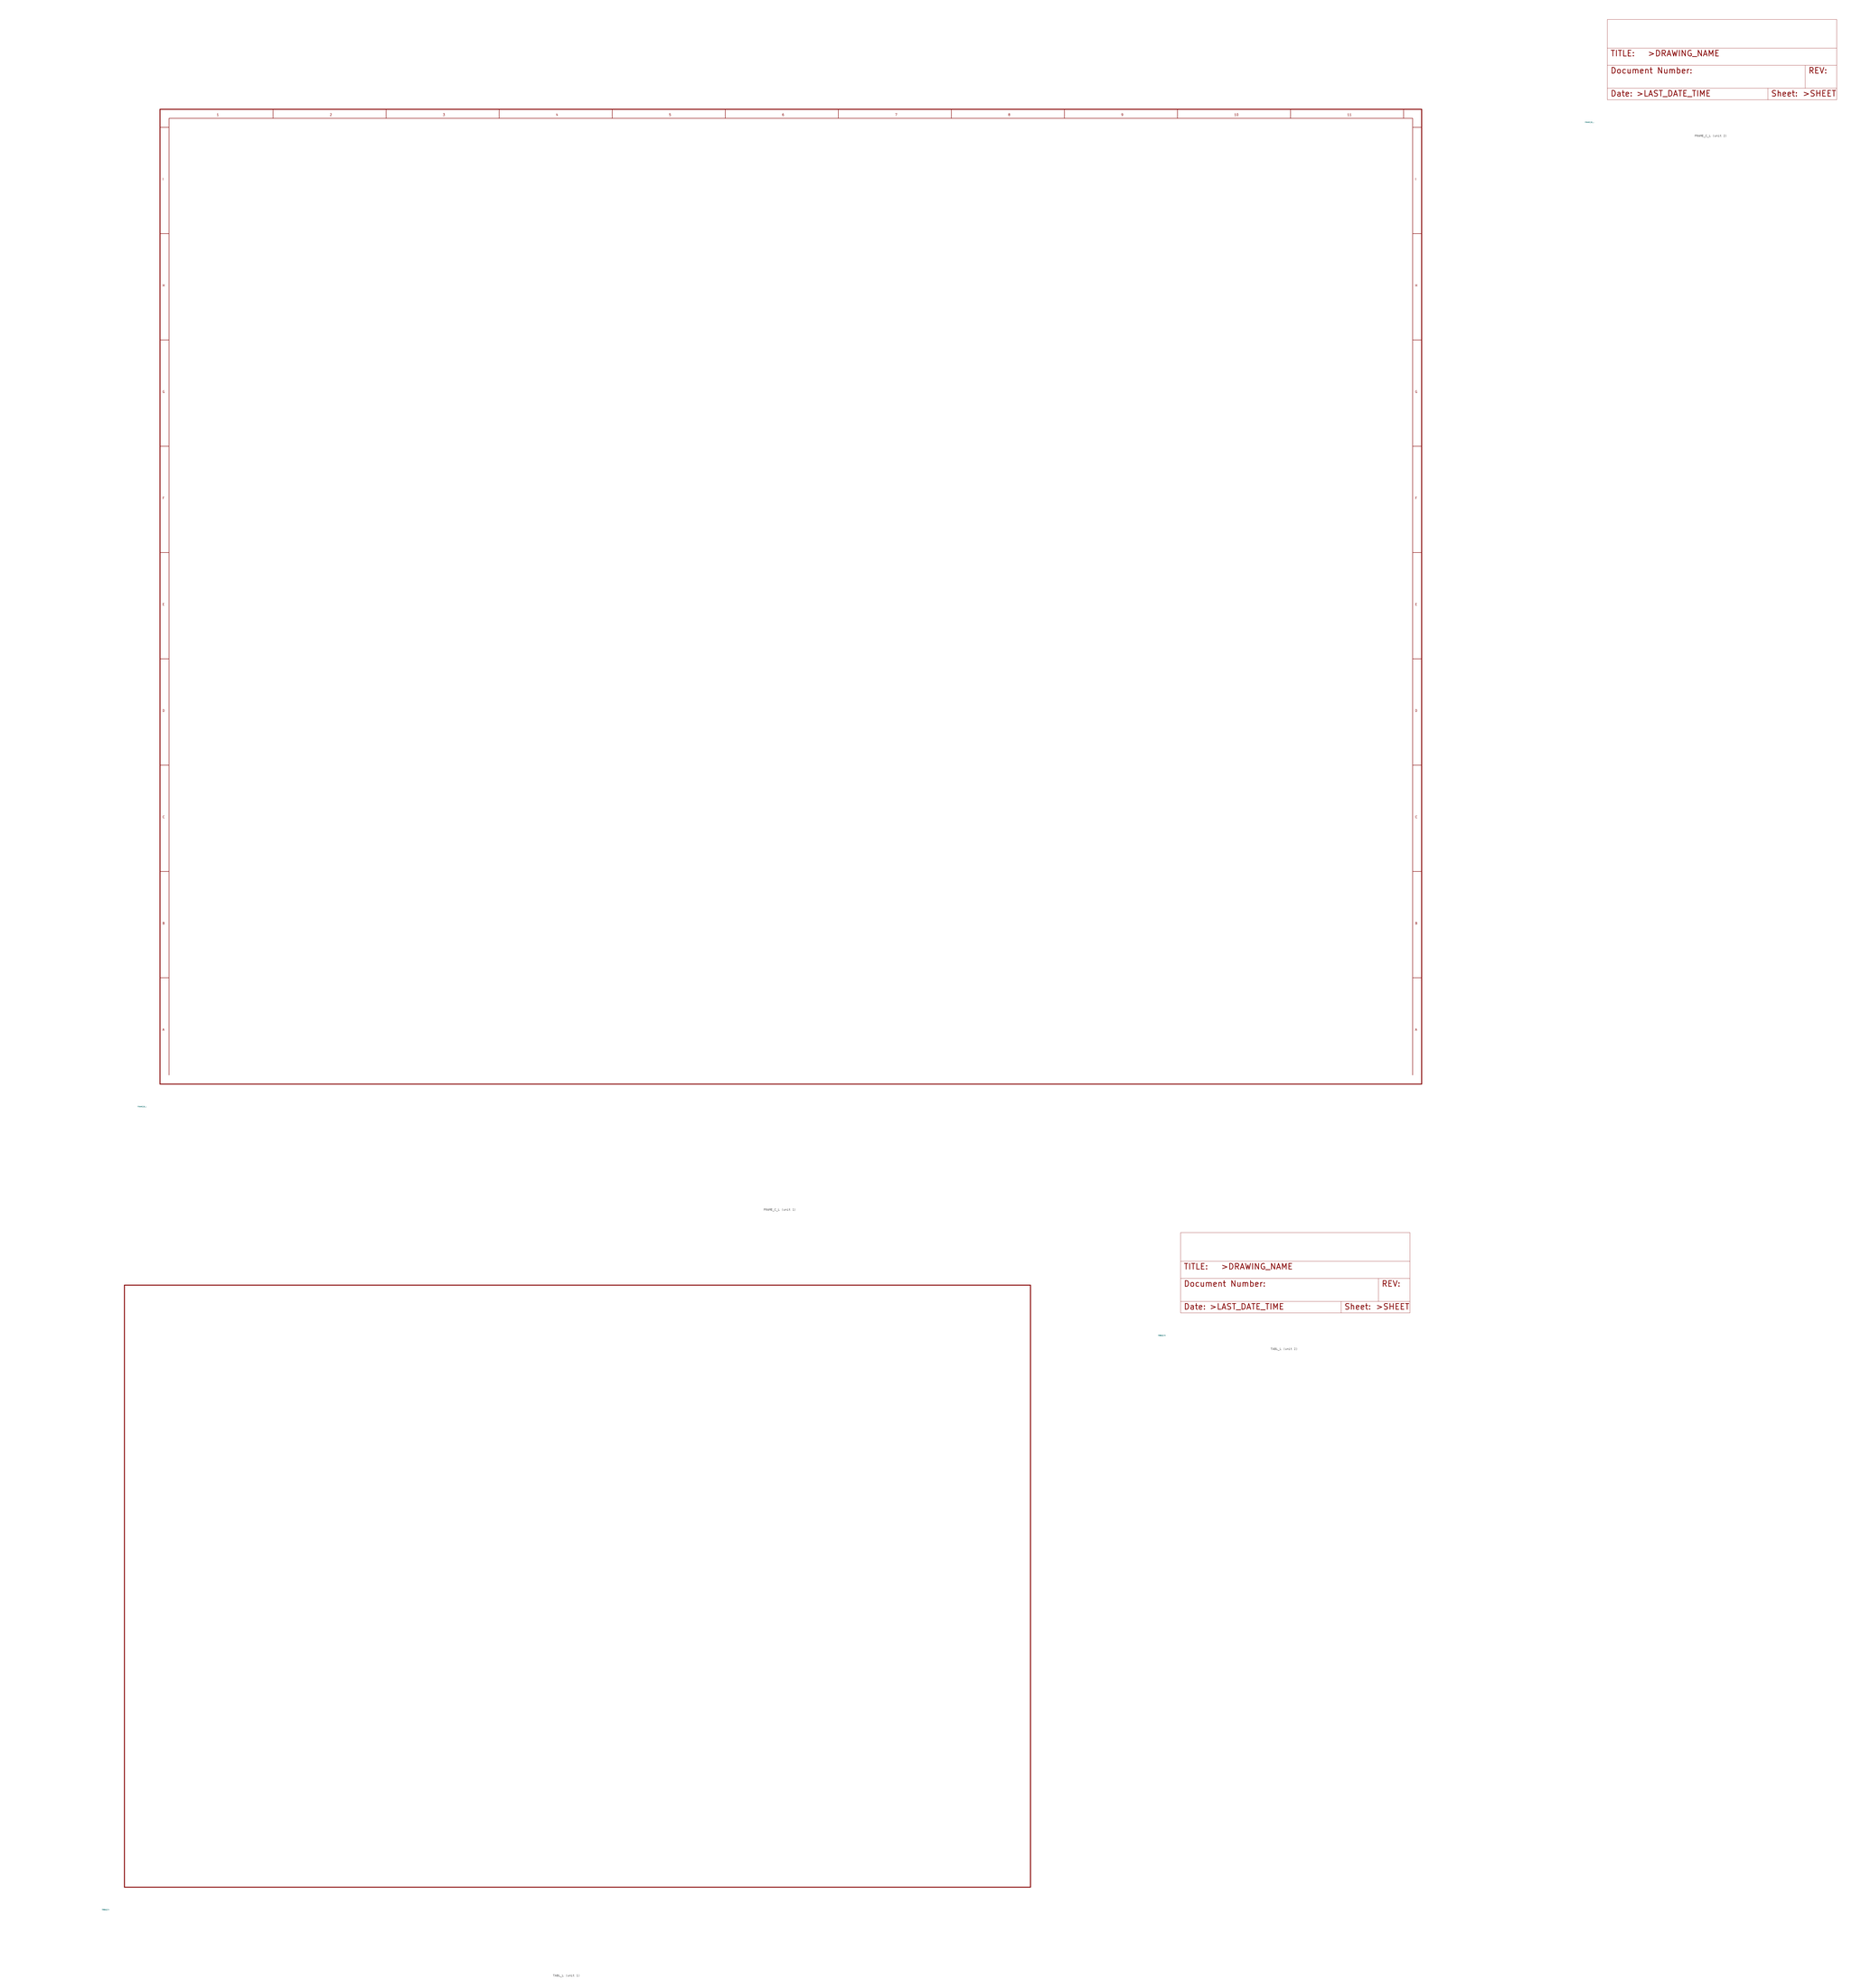
<source format=kicad_sym>
(kicad_symbol_lib
  (version 20220914)
  (generator Eagle2Kicad)
  (symbol "FRAME_C_L"
    (property "Reference" "FRAME"
      (at -10 -10 0)
      (effects (font (size 0.5 0.5) (thickness 0.06)) (justify left)))
    (property "Value" "FRAME_C_L"
      (at -10 -10 0)
      (effects (font (size 0.5 0.5) (thickness 0.06)) (justify left)))
    (symbol "FRAME_C_L_1_0"
      (polyline (pts (xy 0 0) (xy 558.8 0)) (stroke (width 0.4) (type default)) (fill (type none)))
      (polyline (pts (xy 0 431.8) (xy 558.8 431.8)) (stroke (width 0.4) (type default)) (fill (type none)))
      (polyline (pts (xy 0 0) (xy 0 431.8)) (stroke (width 0.4) (type default)) (fill (type none)))
      (polyline (pts (xy 558.8 0) (xy 558.8 431.8)) (stroke (width 0.4) (type default)) (fill (type none)))
      (polyline (pts (xy 4 427.8) (xy 554.8 427.8)) (stroke (width 0.2) (type default)) (fill (type none)))
      (polyline (pts (xy 50.073 427.8) (xy 50.073 431.8)) (stroke (width 0.2) (type default)) (fill (type none)))
      (text "1" (at 25.036 428.8 0) (effects (font (size 1 1) (thickness 0.13)) (justify left bottom)))
      (polyline (pts (xy 100.145 427.8) (xy 100.145 431.8)) (stroke (width 0.2) (type default)) (fill (type none)))
      (text "2" (at 75.109 428.8 0) (effects (font (size 1 1) (thickness 0.13)) (justify left bottom)))
      (polyline (pts (xy 150.218 427.8) (xy 150.218 431.8)) (stroke (width 0.2) (type default)) (fill (type none)))
      (text "3" (at 125.182 428.8 0) (effects (font (size 1 1) (thickness 0.13)) (justify left bottom)))
      (polyline (pts (xy 200.291 427.8) (xy 200.291 431.8)) (stroke (width 0.2) (type default)) (fill (type none)))
      (text "4" (at 175.255 428.8 0) (effects (font (size 1 1) (thickness 0.13)) (justify left bottom)))
      (polyline (pts (xy 250.364 427.8) (xy 250.364 431.8)) (stroke (width 0.2) (type default)) (fill (type none)))
      (text "5" (at 225.327 428.8 0) (effects (font (size 1 1) (thickness 0.13)) (justify left bottom)))
      (polyline (pts (xy 300.436 427.8) (xy 300.436 431.8)) (stroke (width 0.2) (type default)) (fill (type none)))
      (text "6" (at 275.4 428.8 0) (effects (font (size 1 1) (thickness 0.13)) (justify left bottom)))
      (polyline (pts (xy 350.509 427.8) (xy 350.509 431.8)) (stroke (width 0.2) (type default)) (fill (type none)))
      (text "7" (at 325.473 428.8 0) (effects (font (size 1 1) (thickness 0.13)) (justify left bottom)))
      (polyline (pts (xy 400.582 427.8) (xy 400.582 431.8)) (stroke (width 0.2) (type default)) (fill (type none)))
      (text "8" (at 375.545 428.8 0) (effects (font (size 1 1) (thickness 0.13)) (justify left bottom)))
      (polyline (pts (xy 450.655 427.8) (xy 450.655 431.8)) (stroke (width 0.2) (type default)) (fill (type none)))
      (text "9" (at 425.618 428.8 0) (effects (font (size 1 1) (thickness 0.13)) (justify left bottom)))
      (polyline (pts (xy 500.727 427.8) (xy 500.727 431.8)) (stroke (width 0.2) (type default)) (fill (type none)))
      (text "10" (at 475.691 428.8 0) (effects (font (size 1 1) (thickness 0.13)) (justify left bottom)))
      (polyline (pts (xy 550.8 427.8) (xy 550.8 431.8)) (stroke (width 0.2) (type default)) (fill (type none)))
      (text "11" (at 525.764 428.8 0) (effects (font (size 1 1) (thickness 0.13)) (justify left bottom)))
      (polyline (pts (xy 4 4) (xy 4 427.8)) (stroke (width 0.2) (type default)) (fill (type none)))
      (polyline (pts (xy 0 47.089) (xy 4 47.089)) (stroke (width 0.2) (type default)) (fill (type none)))
      (text "A" (at 1 23.544 0) (effects (font (size 1 1) (thickness 0.13)) (justify left bottom)))
      (polyline (pts (xy 0 94.178) (xy 4 94.178)) (stroke (width 0.2) (type default)) (fill (type none)))
      (text "B" (at 1 70.633 0) (effects (font (size 1 1) (thickness 0.13)) (justify left bottom)))
      (polyline (pts (xy 0 141.267) (xy 4 141.267)) (stroke (width 0.2) (type default)) (fill (type none)))
      (text "C" (at 1 117.722 0) (effects (font (size 1 1) (thickness 0.13)) (justify left bottom)))
      (polyline (pts (xy 0 188.356) (xy 4 188.356)) (stroke (width 0.2) (type default)) (fill (type none)))
      (text "D" (at 1 164.811 0) (effects (font (size 1 1) (thickness 0.13)) (justify left bottom)))
      (polyline (pts (xy 0 235.444) (xy 4 235.444)) (stroke (width 0.2) (type default)) (fill (type none)))
      (text "E" (at 1 211.9 0) (effects (font (size 1 1) (thickness 0.13)) (justify left bottom)))
      (polyline (pts (xy 0 282.533) (xy 4 282.533)) (stroke (width 0.2) (type default)) (fill (type none)))
      (text "F" (at 1 258.989 0) (effects (font (size 1 1) (thickness 0.13)) (justify left bottom)))
      (polyline (pts (xy 0 329.622) (xy 4 329.622)) (stroke (width 0.2) (type default)) (fill (type none)))
      (text "G" (at 1 306.078 0) (effects (font (size 1 1) (thickness 0.13)) (justify left bottom)))
      (polyline (pts (xy 0 376.711) (xy 4 376.711)) (stroke (width 0.2) (type default)) (fill (type none)))
      (text "H" (at 1 353.167 0) (effects (font (size 1 1) (thickness 0.13)) (justify left bottom)))
      (polyline (pts (xy 0 423.8) (xy 4 423.8)) (stroke (width 0.2) (type default)) (fill (type none)))
      (text "I" (at 1 400.256 0) (effects (font (size 1 1) (thickness 0.13)) (justify left bottom)))
      (polyline (pts (xy 554.8 4) (xy 554.8 427.8)) (stroke (width 0.2) (type default)) (fill (type none)))
      (polyline (pts (xy 554.8 47.089) (xy 558.8 47.089)) (stroke (width 0.2) (type default)) (fill (type none)))
      (text "A" (at 555.8 23.544 0) (effects (font (size 1 1) (thickness 0.13)) (justify left bottom)))
      (polyline (pts (xy 554.8 94.178) (xy 558.8 94.178)) (stroke (width 0.2) (type default)) (fill (type none)))
      (text "B" (at 555.8 70.633 0) (effects (font (size 1 1) (thickness 0.13)) (justify left bottom)))
      (polyline (pts (xy 554.8 141.267) (xy 558.8 141.267)) (stroke (width 0.2) (type default)) (fill (type none)))
      (text "C" (at 555.8 117.722 0) (effects (font (size 1 1) (thickness 0.13)) (justify left bottom)))
      (polyline (pts (xy 554.8 188.356) (xy 558.8 188.356)) (stroke (width 0.2) (type default)) (fill (type none)))
      (text "D" (at 555.8 164.811 0) (effects (font (size 1 1) (thickness 0.13)) (justify left bottom)))
      (polyline (pts (xy 554.8 235.444) (xy 558.8 235.444)) (stroke (width 0.2) (type default)) (fill (type none)))
      (text "E" (at 555.8 211.9 0) (effects (font (size 1 1) (thickness 0.13)) (justify left bottom)))
      (polyline (pts (xy 554.8 282.533) (xy 558.8 282.533)) (stroke (width 0.2) (type default)) (fill (type none)))
      (text "F" (at 555.8 258.989 0) (effects (font (size 1 1) (thickness 0.13)) (justify left bottom)))
      (polyline (pts (xy 554.8 329.622) (xy 558.8 329.622)) (stroke (width 0.2) (type default)) (fill (type none)))
      (text "G" (at 555.8 306.078 0) (effects (font (size 1 1) (thickness 0.13)) (justify left bottom)))
      (polyline (pts (xy 554.8 376.711) (xy 558.8 376.711)) (stroke (width 0.2) (type default)) (fill (type none)))
      (text "H" (at 555.8 353.167 0) (effects (font (size 1 1) (thickness 0.13)) (justify left bottom)))
      (polyline (pts (xy 554.8 423.8) (xy 558.8 423.8)) (stroke (width 0.2) (type default)) (fill (type none)))
      (text "I" (at 555.8 400.256 0) (effects (font (size 1 1) (thickness 0.13)) (justify left bottom))))
    (symbol "FRAME_C_L_2_0"
      (polyline (pts (xy 0 0) (xy 71.12 0)) (stroke (width 0.102) (type default)) (fill (type none)))
      (polyline (pts (xy 101.6 15.24) (xy 87.63 15.24)) (stroke (width 0.102) (type default)) (fill (type none)))
      (polyline (pts (xy 0 0) (xy 0 5.08)) (stroke (width 0.102) (type default)) (fill (type none)))
      (polyline (pts (xy 0 5.08) (xy 71.12 5.08)) (stroke (width 0.102) (type default)) (fill (type none)))
      (polyline (pts (xy 0 5.08) (xy 0 15.24)) (stroke (width 0.102) (type default)) (fill (type none)))
      (polyline (pts (xy 101.6 15.24) (xy 101.6 5.08)) (stroke (width 0.102) (type default)) (fill (type none)))
      (polyline (pts (xy 71.12 5.08) (xy 71.12 0)) (stroke (width 0.102) (type default)) (fill (type none)))
      (polyline (pts (xy 71.12 5.08) (xy 87.63 5.08)) (stroke (width 0.102) (type default)) (fill (type none)))
      (polyline (pts (xy 71.12 0) (xy 101.6 0)) (stroke (width 0.102) (type default)) (fill (type none)))
      (polyline (pts (xy 87.63 15.24) (xy 87.63 5.08)) (stroke (width 0.102) (type default)) (fill (type none)))
      (polyline (pts (xy 87.63 15.24) (xy 0 15.24)) (stroke (width 0.102) (type default)) (fill (type none)))
      (polyline (pts (xy 87.63 5.08) (xy 101.6 5.08)) (stroke (width 0.102) (type default)) (fill (type none)))
      (polyline (pts (xy 101.6 5.08) (xy 101.6 0)) (stroke (width 0.102) (type default)) (fill (type none)))
      (polyline (pts (xy 0 15.24) (xy 0 22.86)) (stroke (width 0.102) (type default)) (fill (type none)))
      (polyline (pts (xy 101.6 35.56) (xy 0 35.56)) (stroke (width 0.102) (type default)) (fill (type none)))
      (polyline (pts (xy 101.6 35.56) (xy 101.6 22.86)) (stroke (width 0.102) (type default)) (fill (type none)))
      (polyline (pts (xy 0 22.86) (xy 101.6 22.86)) (stroke (width 0.102) (type default)) (fill (type none)))
      (polyline (pts (xy 0 22.86) (xy 0 35.56)) (stroke (width 0.102) (type default)) (fill (type none)))
      (polyline (pts (xy 101.6 22.86) (xy 101.6 15.24)) (stroke (width 0.102) (type default)) (fill (type none)))
      (text "Date:" (at 1.27 1.27 0) (effects (font (size 2.54 2.54) (thickness 0.32)) (justify left bottom)))
      (text ">LAST_DATE_TIME" (at 12.7 1.27 0) (effects (font (size 2.54 2.54) (thickness 0.32)) (justify left bottom)))
      (text "Sheet:" (at 72.39 1.27 0) (effects (font (size 2.54 2.54) (thickness 0.32)) (justify left bottom)))
      (text ">SHEET" (at 86.36 1.27 0) (effects (font (size 2.54 2.54) (thickness 0.32)) (justify left bottom)))
      (text "REV:" (at 88.9 11.43 0) (effects (font (size 2.54 2.54) (thickness 0.32)) (justify left bottom)))
      (text "TITLE:" (at 1.27 19.05 0) (effects (font (size 2.54 2.54) (thickness 0.32)) (justify left bottom)))
      (text "Document Number:" (at 1.27 11.43 0) (effects (font (size 2.54 2.54) (thickness 0.32)) (justify left bottom)))
      (text ">DRAWING_NAME" (at 17.78 19.05 0) (effects (font (size 2.54 2.54) (thickness 0.32)) (justify left bottom)))))
  (symbol "TABL_L"
    (property "Reference" "FRAME"
      (at -10 -10 0)
      (effects (font (size 0.5 0.5) (thickness 0.06)) (justify left)))
    (property "Value" "TABL_L"
      (at -10 -10 0)
      (effects (font (size 0.5 0.5) (thickness 0.06)) (justify left)))
    (symbol "TABL_L_1_0"
      (polyline (pts (xy 0 0) (xy 401.32 0)) (stroke (width 0.406) (type default)) (fill (type none)))
      (polyline (pts (xy 401.32 0) (xy 401.32 266.7)) (stroke (width 0.406) (type default)) (fill (type none)))
      (polyline (pts (xy 401.32 266.7) (xy 0 266.7)) (stroke (width 0.406) (type default)) (fill (type none)))
      (polyline (pts (xy 0 266.7) (xy 0 0)) (stroke (width 0.406) (type default)) (fill (type none))))
    (symbol "TABL_L_2_0"
      (polyline (pts (xy 0 0) (xy 71.12 0)) (stroke (width 0.102) (type default)) (fill (type none)))
      (polyline (pts (xy 101.6 15.24) (xy 87.63 15.24)) (stroke (width 0.102) (type default)) (fill (type none)))
      (polyline (pts (xy 0 0) (xy 0 5.08)) (stroke (width 0.102) (type default)) (fill (type none)))
      (polyline (pts (xy 0 5.08) (xy 71.12 5.08)) (stroke (width 0.102) (type default)) (fill (type none)))
      (polyline (pts (xy 0 5.08) (xy 0 15.24)) (stroke (width 0.102) (type default)) (fill (type none)))
      (polyline (pts (xy 101.6 15.24) (xy 101.6 5.08)) (stroke (width 0.102) (type default)) (fill (type none)))
      (polyline (pts (xy 71.12 5.08) (xy 71.12 0)) (stroke (width 0.102) (type default)) (fill (type none)))
      (polyline (pts (xy 71.12 5.08) (xy 87.63 5.08)) (stroke (width 0.102) (type default)) (fill (type none)))
      (polyline (pts (xy 71.12 0) (xy 101.6 0)) (stroke (width 0.102) (type default)) (fill (type none)))
      (polyline (pts (xy 87.63 15.24) (xy 87.63 5.08)) (stroke (width 0.102) (type default)) (fill (type none)))
      (polyline (pts (xy 87.63 15.24) (xy 0 15.24)) (stroke (width 0.102) (type default)) (fill (type none)))
      (polyline (pts (xy 87.63 5.08) (xy 101.6 5.08)) (stroke (width 0.102) (type default)) (fill (type none)))
      (polyline (pts (xy 101.6 5.08) (xy 101.6 0)) (stroke (width 0.102) (type default)) (fill (type none)))
      (polyline (pts (xy 0 15.24) (xy 0 22.86)) (stroke (width 0.102) (type default)) (fill (type none)))
      (polyline (pts (xy 101.6 35.56) (xy 0 35.56)) (stroke (width 0.102) (type default)) (fill (type none)))
      (polyline (pts (xy 101.6 35.56) (xy 101.6 22.86)) (stroke (width 0.102) (type default)) (fill (type none)))
      (polyline (pts (xy 0 22.86) (xy 101.6 22.86)) (stroke (width 0.102) (type default)) (fill (type none)))
      (polyline (pts (xy 0 22.86) (xy 0 35.56)) (stroke (width 0.102) (type default)) (fill (type none)))
      (polyline (pts (xy 101.6 22.86) (xy 101.6 15.24)) (stroke (width 0.102) (type default)) (fill (type none)))
      (text "Date:" (at 1.27 1.27 0) (effects (font (size 2.54 2.54) (thickness 0.32)) (justify left bottom)))
      (text ">LAST_DATE_TIME" (at 12.7 1.27 0) (effects (font (size 2.54 2.54) (thickness 0.32)) (justify left bottom)))
      (text "Sheet:" (at 72.39 1.27 0) (effects (font (size 2.54 2.54) (thickness 0.32)) (justify left bottom)))
      (text ">SHEET" (at 86.36 1.27 0) (effects (font (size 2.54 2.54) (thickness 0.32)) (justify left bottom)))
      (text "REV:" (at 88.9 11.43 0) (effects (font (size 2.54 2.54) (thickness 0.32)) (justify left bottom)))
      (text "TITLE:" (at 1.27 19.05 0) (effects (font (size 2.54 2.54) (thickness 0.32)) (justify left bottom)))
      (text "Document Number:" (at 1.27 11.43 0) (effects (font (size 2.54 2.54) (thickness 0.32)) (justify left bottom)))
      (text ">DRAWING_NAME" (at 17.78 19.05 0) (effects (font (size 2.54 2.54) (thickness 0.32)) (justify left bottom))))))
</source>
